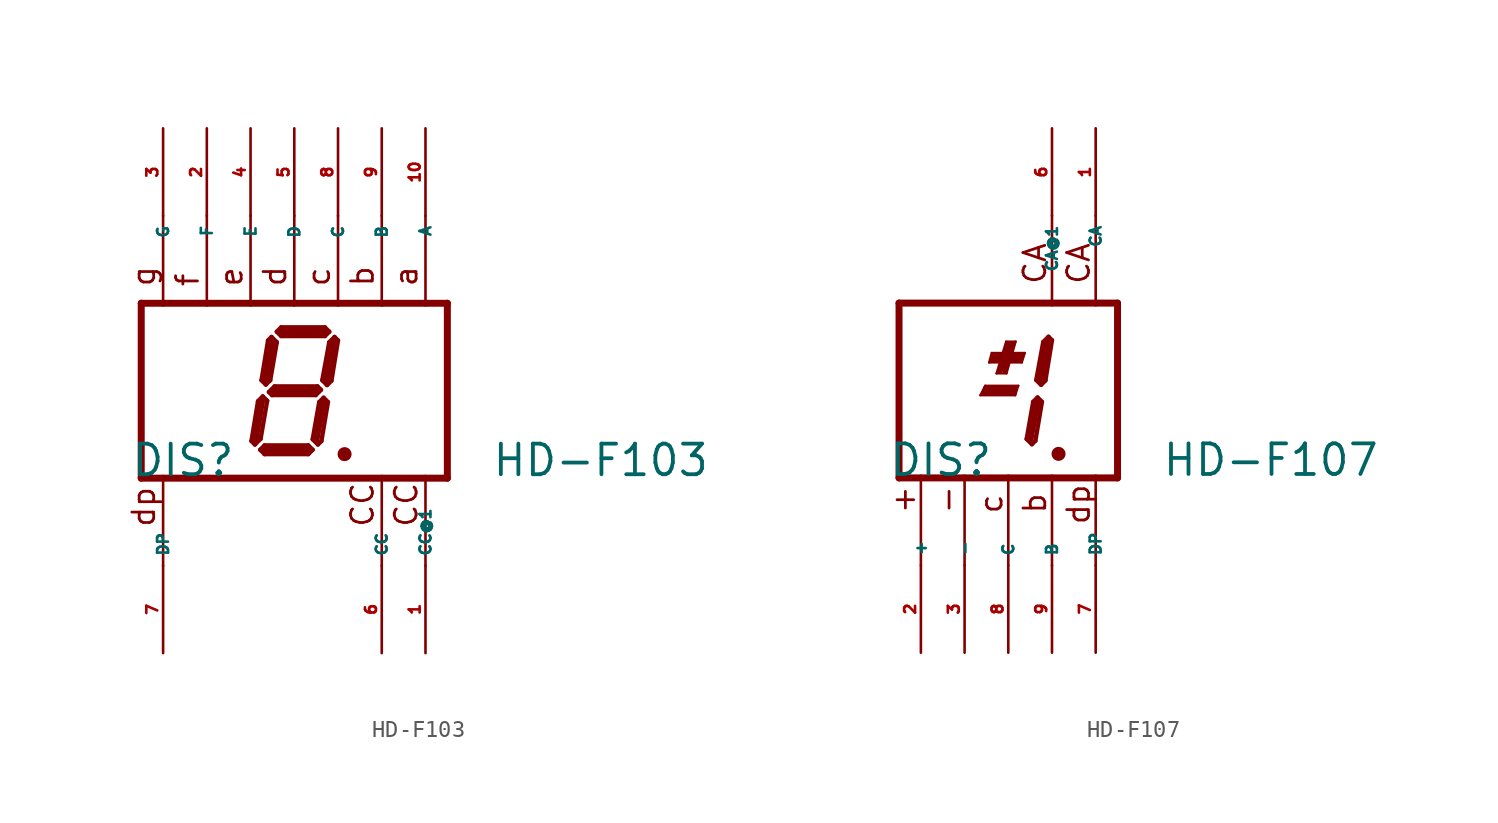
<source format=kicad_sym>
(kicad_symbol_lib
  (version 20220914)
  (generator Eagle2Kicad)
  (symbol "HD-F103"
    (property "Reference" "DIS"
      (at -9.525 -5.08 0)
      (effects (font (size 1.778 1.778) (thickness 0.22)) (justify left bottom)))
    (property "Value" "HD-F103"
      (at 11.43 -5.08 0)
      (effects (font (size 1.778 1.778) (thickness 0.22)) (justify left bottom)))
    (polyline
      (pts (xy 2.794 -3.683) (xy 3.048 -3.683))
      (stroke (width 0.305) (type default))
      (fill (type none)))
    (polyline
      (pts (xy 2.337 3.124) (xy 2.032 2.819))
      (stroke (width 0.254) (type default))
      (fill (type none)))
    (polyline
      (pts (xy 2.032 2.819) (xy 1.626 0.61))
      (stroke (width 0.254) (type default))
      (fill (type none)))
    (polyline
      (pts (xy 1.626 0.61) (xy 1.905 0.33))
      (stroke (width 0.254) (type default))
      (fill (type none)))
    (polyline
      (pts (xy 1.905 0.33) (xy 2.159 0.584))
      (stroke (width 0.254) (type default))
      (fill (type none)))
    (polyline
      (pts (xy 2.159 0.584) (xy 2.54 2.921))
      (stroke (width 0.254) (type default))
      (fill (type none)))
    (polyline
      (pts (xy 2.54 2.921) (xy 2.337 3.124))
      (stroke (width 0.254) (type default))
      (fill (type none)))
    (polyline
      (pts (xy 2.032 3.429) (xy 1.778 3.175))
      (stroke (width 0.254) (type default))
      (fill (type none)))
    (polyline
      (pts (xy 1.778 3.175) (xy -0.762 3.175))
      (stroke (width 0.254) (type default))
      (fill (type none)))
    (polyline
      (pts (xy -0.762 3.175) (xy -1.016 3.429))
      (stroke (width 0.254) (type default))
      (fill (type none)))
    (polyline
      (pts (xy -1.016 3.429) (xy -0.762 3.683))
      (stroke (width 0.254) (type default))
      (fill (type none)))
    (polyline
      (pts (xy -0.762 3.683) (xy 1.778 3.683))
      (stroke (width 0.254) (type default))
      (fill (type none)))
    (polyline
      (pts (xy 1.778 3.683) (xy 2.032 3.429))
      (stroke (width 0.254) (type default))
      (fill (type none)))
    (polyline
      (pts (xy -1.321 3.124) (xy -1.016 2.819))
      (stroke (width 0.254) (type default))
      (fill (type none)))
    (polyline
      (pts (xy -1.016 2.819) (xy -1.397 0.61))
      (stroke (width 0.254) (type default))
      (fill (type none)))
    (polyline
      (pts (xy -1.397 0.61) (xy -1.651 0.356))
      (stroke (width 0.254) (type default))
      (fill (type none)))
    (polyline
      (pts (xy -1.651 0.356) (xy -1.905 0.61))
      (stroke (width 0.254) (type default))
      (fill (type none)))
    (polyline
      (pts (xy -1.905 0.61) (xy -1.524 2.921))
      (stroke (width 0.254) (type default))
      (fill (type none)))
    (polyline
      (pts (xy -1.524 2.921) (xy -1.321 3.124))
      (stroke (width 0.254) (type default))
      (fill (type none)))
    (polyline
      (pts (xy -1.473 -0.076) (xy -1.143 0.254))
      (stroke (width 0.254) (type default))
      (fill (type none)))
    (polyline
      (pts (xy -1.143 0.254) (xy 1.346 0.254))
      (stroke (width 0.254) (type default))
      (fill (type none)))
    (polyline
      (pts (xy 1.346 0.254) (xy 1.549 0.051))
      (stroke (width 0.254) (type default))
      (fill (type none)))
    (polyline
      (pts (xy 1.549 0.051) (xy 1.245 -0.254))
      (stroke (width 0.254) (type default))
      (fill (type none)))
    (polyline
      (pts (xy 1.245 -0.254) (xy -1.295 -0.254))
      (stroke (width 0.254) (type default))
      (fill (type none)))
    (polyline
      (pts (xy -1.295 -0.254) (xy -1.473 -0.076))
      (stroke (width 0.254) (type default))
      (fill (type none)))
    (polyline
      (pts (xy -1.829 -0.33) (xy -1.575 -0.584))
      (stroke (width 0.254) (type default))
      (fill (type none)))
    (polyline
      (pts (xy -2.286 -3.124) (xy -1.956 -2.794))
      (stroke (width 0.254) (type default))
      (fill (type none)))
    (polyline
      (pts (xy -1.956 -2.794) (xy -1.575 -0.584))
      (stroke (width 0.254) (type default))
      (fill (type none)))
    (polyline
      (pts (xy -1.829 -0.33) (xy -2.108 -0.61))
      (stroke (width 0.254) (type default))
      (fill (type none)))
    (polyline
      (pts (xy -2.108 -0.61) (xy -2.489 -2.921))
      (stroke (width 0.254) (type default))
      (fill (type none)))
    (polyline
      (pts (xy -2.489 -2.921) (xy -2.286 -3.124))
      (stroke (width 0.254) (type default))
      (fill (type none)))
    (polyline
      (pts (xy -1.981 -3.429) (xy -1.727 -3.175))
      (stroke (width 0.254) (type default))
      (fill (type none)))
    (polyline
      (pts (xy -1.727 -3.175) (xy 0.813 -3.175))
      (stroke (width 0.254) (type default))
      (fill (type none)))
    (polyline
      (pts (xy 0.813 -3.175) (xy 1.067 -3.429))
      (stroke (width 0.254) (type default))
      (fill (type none)))
    (polyline
      (pts (xy 1.067 -3.429) (xy 0.813 -3.683))
      (stroke (width 0.254) (type default))
      (fill (type none)))
    (polyline
      (pts (xy 0.813 -3.683) (xy -1.727 -3.683))
      (stroke (width 0.254) (type default))
      (fill (type none)))
    (polyline
      (pts (xy -1.727 -3.683) (xy -1.981 -3.429))
      (stroke (width 0.254) (type default))
      (fill (type none)))
    (polyline
      (pts (xy 1.702 -0.406) (xy 1.448 -0.66))
      (stroke (width 0.254) (type default))
      (fill (type none)))
    (polyline
      (pts (xy 1.448 -0.66) (xy 1.067 -2.819))
      (stroke (width 0.254) (type default))
      (fill (type none)))
    (polyline
      (pts (xy 1.067 -2.819) (xy 1.372 -3.124))
      (stroke (width 0.254) (type default))
      (fill (type none)))
    (polyline
      (pts (xy 1.372 -3.124) (xy 1.575 -2.921))
      (stroke (width 0.254) (type default))
      (fill (type none)))
    (polyline
      (pts (xy 1.575 -2.921) (xy 1.956 -0.66))
      (stroke (width 0.254) (type default))
      (fill (type none)))
    (polyline
      (pts (xy 1.956 -0.66) (xy 1.702 -0.406))
      (stroke (width 0.254) (type default))
      (fill (type none)))
    (polyline
      (pts (xy 2.286 2.794) (xy 1.905 0.635))
      (stroke (width 0.406) (type default))
      (fill (type none)))
    (polyline
      (pts (xy 1.778 3.429) (xy -0.762 3.429))
      (stroke (width 0.406) (type default))
      (fill (type none)))
    (polyline
      (pts (xy -1.27 2.794) (xy -1.651 0.635))
      (stroke (width 0.406) (type default))
      (fill (type none)))
    (polyline
      (pts (xy -1.27 0) (xy 1.27 0))
      (stroke (width 0.406) (type default))
      (fill (type none)))
    (polyline
      (pts (xy 1.651 -0.762) (xy 1.27 -2.794))
      (stroke (width 0.406) (type default))
      (fill (type none)))
    (polyline
      (pts (xy 0.762 -3.429) (xy -1.651 -3.429))
      (stroke (width 0.406) (type default))
      (fill (type none)))
    (polyline
      (pts (xy -2.286 -2.921) (xy -1.905 -0.635))
      (stroke (width 0.406) (type default))
      (fill (type none)))
    (polyline
      (pts (xy -8.89 5.08) (xy 8.89 5.08))
      (stroke (width 0.406) (type default))
      (fill (type none)))
    (polyline
      (pts (xy 8.89 -5.08) (xy 8.89 5.08))
      (stroke (width 0.406) (type default))
      (fill (type none)))
    (polyline
      (pts (xy 8.89 -5.08) (xy -8.89 -5.08))
      (stroke (width 0.406) (type default))
      (fill (type none)))
    (polyline
      (pts (xy -8.89 5.08) (xy -8.89 -5.08))
      (stroke (width 0.406) (type default))
      (fill (type none)))
    (polyline
      (pts (xy 5.08 4.953) (xy 5.08 10.16))
      (stroke (width 0.152) (type default))
      (fill (type none)))
    (polyline
      (pts (xy -7.62 4.953) (xy -7.62 10.16))
      (stroke (width 0.152) (type default))
      (fill (type none)))
    (polyline
      (pts (xy 0 4.953) (xy 0 10.16))
      (stroke (width 0.152) (type default))
      (fill (type none)))
    (polyline
      (pts (xy -5.08 4.953) (xy -5.08 10.16))
      (stroke (width 0.152) (type default))
      (fill (type none)))
    (polyline
      (pts (xy 7.62 4.953) (xy 7.62 10.16))
      (stroke (width 0.152) (type default))
      (fill (type none)))
    (polyline
      (pts (xy 7.62 -10.16) (xy 7.62 -4.953))
      (stroke (width 0.152) (type default))
      (fill (type none)))
    (polyline
      (pts (xy -2.54 4.953) (xy -2.54 10.16))
      (stroke (width 0.152) (type default))
      (fill (type none)))
    (polyline
      (pts (xy 2.54 4.953) (xy 2.54 10.16))
      (stroke (width 0.152) (type default))
      (fill (type none)))
    (polyline
      (pts (xy -7.62 -10.16) (xy -7.62 -4.953))
      (stroke (width 0.152) (type default))
      (fill (type none)))
    (polyline
      (pts (xy 5.08 -10.16) (xy 5.08 -4.953))
      (stroke (width 0.152) (type default))
      (fill (type none)))
    (text "CC"
      (at 4.699 -8.001 900)
      (effects (font (size 1.27 1.27) (thickness 0.16)) (justify left bottom)))
    (text "CC"
      (at 7.239 -8.001 900)
      (effects (font (size 1.27 1.27) (thickness 0.16)) (justify left bottom)))
    (text "dp"
      (at -8.001 -8.001 900)
      (effects (font (size 1.27 1.27) (thickness 0.16)) (justify left bottom)))
    (text "a"
      (at 7.239 5.969 900)
      (effects (font (size 1.27 1.27) (thickness 0.16)) (justify left bottom)))
    (text "b"
      (at 4.699 5.969 900)
      (effects (font (size 1.27 1.27) (thickness 0.16)) (justify left bottom)))
    (text "c"
      (at 2.159 5.969 900)
      (effects (font (size 1.27 1.27) (thickness 0.16)) (justify left bottom)))
    (text "d"
      (at -0.381 5.969 900)
      (effects (font (size 1.27 1.27) (thickness 0.16)) (justify left bottom)))
    (text "e"
      (at -2.921 5.969 900)
      (effects (font (size 1.27 1.27) (thickness 0.16)) (justify left bottom)))
    (text "f"
      (at -5.461 5.969 900)
      (effects (font (size 1.27 1.27) (thickness 0.16)) (justify left bottom)))
    (text "g"
      (at -8.001 5.969 900)
      (effects (font (size 1.27 1.27) (thickness 0.16)) (justify left bottom)))
    (circle
      (center 2.921 -3.683)
      (radius 0.254)
      (stroke (width 0.305) (type default))
      (fill (type none)))
    (pin passive line
      (at -7.62 15.24 270)
      (length 5.08)
      (name "G" (effects (font (size 0.635 0.635) (thickness 0.08)) (justify left bottom)))
      (number "3" (effects (font (size 0.635 0.635) (thickness 0.08)) (justify left bottom))))
    (pin passive line
      (at -5.08 15.24 270)
      (length 5.08)
      (name "F" (effects (font (size 0.635 0.635) (thickness 0.08)) (justify left bottom)))
      (number "2" (effects (font (size 0.635 0.635) (thickness 0.08)) (justify left bottom))))
    (pin passive line
      (at 0 15.24 270)
      (length 5.08)
      (name "D" (effects (font (size 0.635 0.635) (thickness 0.08)) (justify left bottom)))
      (number "5" (effects (font (size 0.635 0.635) (thickness 0.08)) (justify left bottom))))
    (pin passive line
      (at 5.08 15.24 270)
      (length 5.08)
      (name "B" (effects (font (size 0.635 0.635) (thickness 0.08)) (justify left bottom)))
      (number "9" (effects (font (size 0.635 0.635) (thickness 0.08)) (justify left bottom))))
    (pin passive line
      (at 7.62 15.24 270)
      (length 5.08)
      (name "A" (effects (font (size 0.635 0.635) (thickness 0.08)) (justify left bottom)))
      (number "10" (effects (font (size 0.635 0.635) (thickness 0.08)) (justify left bottom))))
    (pin passive line
      (at 7.62 -15.24 90)
      (length 5.08)
      (name "CC@1" (effects (font (size 0.635 0.635) (thickness 0.08)) (justify left bottom)))
      (number "1" (effects (font (size 0.635 0.635) (thickness 0.08)) (justify left bottom))))
    (pin passive line
      (at 2.54 15.24 270)
      (length 5.08)
      (name "C" (effects (font (size 0.635 0.635) (thickness 0.08)) (justify left bottom)))
      (number "8" (effects (font (size 0.635 0.635) (thickness 0.08)) (justify left bottom))))
    (pin passive line
      (at -2.54 15.24 270)
      (length 5.08)
      (name "E" (effects (font (size 0.635 0.635) (thickness 0.08)) (justify left bottom)))
      (number "4" (effects (font (size 0.635 0.635) (thickness 0.08)) (justify left bottom))))
    (pin passive line
      (at -7.62 -15.24 90)
      (length 5.08)
      (name "DP" (effects (font (size 0.635 0.635) (thickness 0.08)) (justify left bottom)))
      (number "7" (effects (font (size 0.635 0.635) (thickness 0.08)) (justify left bottom))))
    (pin passive line
      (at 5.08 -15.24 90)
      (length 5.08)
      (name "CC" (effects (font (size 0.635 0.635) (thickness 0.08)) (justify left bottom)))
      (number "6" (effects (font (size 0.635 0.635) (thickness 0.08)) (justify left bottom)))))
  (symbol "HD-F107"
    (property "Reference" "DIS"
      (at -6.985 -5.08 0)
      (effects (font (size 1.778 1.778) (thickness 0.22)) (justify left bottom)))
    (property "Value" "HD-F107"
      (at 8.89 -5.08 0)
      (effects (font (size 1.778 1.778) (thickness 0.22)) (justify left bottom)))
    (polyline
      (pts (xy 0.584 0.279) (xy 0.406 -0.279))
      (stroke (width 0.127) (type default))
      (fill (type none)))
    (polyline
      (pts (xy 0.584 0.279) (xy -1.346 0.279))
      (stroke (width 0.127) (type default))
      (fill (type none)))
    (polyline
      (pts (xy -1.346 0.279) (xy -1.626 -0.279))
      (stroke (width 0.127) (type default))
      (fill (type none)))
    (polyline
      (pts (xy -1.626 -0.279) (xy 0.406 -0.279))
      (stroke (width 0.127) (type default))
      (fill (type none)))
    (polyline
      (pts (xy 0.965 2.184) (xy 0.787 1.626))
      (stroke (width 0.127) (type default))
      (fill (type none)))
    (polyline
      (pts (xy 0.965 2.184) (xy -0.965 2.184))
      (stroke (width 0.127) (type default))
      (fill (type none)))
    (polyline
      (pts (xy -0.965 2.184) (xy -1.118 1.626))
      (stroke (width 0.127) (type default))
      (fill (type none)))
    (polyline
      (pts (xy -1.118 1.626) (xy 0.787 1.626))
      (stroke (width 0.127) (type default))
      (fill (type none)))
    (polyline
      (pts (xy -0.102 0.991) (xy -0.686 0.991))
      (stroke (width 0.127) (type default))
      (fill (type none)))
    (polyline
      (pts (xy -0.102 0.991) (xy 0.432 2.845))
      (stroke (width 0.127) (type default))
      (fill (type none)))
    (polyline
      (pts (xy 0.432 2.845) (xy -0.127 2.845))
      (stroke (width 0.127) (type default))
      (fill (type none)))
    (polyline
      (pts (xy -0.127 2.845) (xy -0.686 0.991))
      (stroke (width 0.127) (type default))
      (fill (type none)))
    (polyline
      (pts (xy -1.321 0.127) (xy 0.406 0.127))
      (stroke (width 0.305) (type default))
      (fill (type none)))
    (polyline
      (pts (xy -0.889 2.032) (xy 0.787 2.032))
      (stroke (width 0.305) (type default))
      (fill (type none)))
    (polyline
      (pts (xy -0.203 1.143) (xy 0.254 2.718))
      (stroke (width 0.305) (type default))
      (fill (type none)))
    (polyline
      (pts (xy 2.794 -3.683) (xy 3.048 -3.683))
      (stroke (width 0.305) (type default))
      (fill (type none)))
    (polyline
      (pts (xy 2.337 3.124) (xy 2.032 2.819))
      (stroke (width 0.254) (type default))
      (fill (type none)))
    (polyline
      (pts (xy 2.032 2.819) (xy 1.626 0.61))
      (stroke (width 0.254) (type default))
      (fill (type none)))
    (polyline
      (pts (xy 1.626 0.61) (xy 1.905 0.33))
      (stroke (width 0.254) (type default))
      (fill (type none)))
    (polyline
      (pts (xy 1.905 0.33) (xy 2.159 0.584))
      (stroke (width 0.254) (type default))
      (fill (type none)))
    (polyline
      (pts (xy 2.159 0.584) (xy 2.54 2.921))
      (stroke (width 0.254) (type default))
      (fill (type none)))
    (polyline
      (pts (xy 2.54 2.921) (xy 2.337 3.124))
      (stroke (width 0.254) (type default))
      (fill (type none)))
    (polyline
      (pts (xy 1.702 -0.406) (xy 1.448 -0.66))
      (stroke (width 0.254) (type default))
      (fill (type none)))
    (polyline
      (pts (xy 1.448 -0.66) (xy 1.067 -2.819))
      (stroke (width 0.254) (type default))
      (fill (type none)))
    (polyline
      (pts (xy 1.067 -2.819) (xy 1.372 -3.124))
      (stroke (width 0.254) (type default))
      (fill (type none)))
    (polyline
      (pts (xy 1.372 -3.124) (xy 1.575 -2.921))
      (stroke (width 0.254) (type default))
      (fill (type none)))
    (polyline
      (pts (xy 1.575 -2.921) (xy 1.956 -0.66))
      (stroke (width 0.254) (type default))
      (fill (type none)))
    (polyline
      (pts (xy 1.956 -0.66) (xy 1.702 -0.406))
      (stroke (width 0.254) (type default))
      (fill (type none)))
    (polyline
      (pts (xy 2.286 2.794) (xy 1.905 0.635))
      (stroke (width 0.406) (type default))
      (fill (type none)))
    (polyline
      (pts (xy 1.651 -0.762) (xy 1.27 -2.794))
      (stroke (width 0.406) (type default))
      (fill (type none)))
    (polyline
      (pts (xy -6.35 5.08) (xy 6.35 5.08))
      (stroke (width 0.406) (type default))
      (fill (type none)))
    (polyline
      (pts (xy 6.35 -5.08) (xy 6.35 5.08))
      (stroke (width 0.406) (type default))
      (fill (type none)))
    (polyline
      (pts (xy 6.35 -5.08) (xy -6.35 -5.08))
      (stroke (width 0.406) (type default))
      (fill (type none)))
    (polyline
      (pts (xy -6.35 5.08) (xy -6.35 -5.08))
      (stroke (width 0.406) (type default))
      (fill (type none)))
    (polyline
      (pts (xy 5.08 -4.953) (xy 5.08 -10.16))
      (stroke (width 0.152) (type default))
      (fill (type none)))
    (polyline
      (pts (xy 2.54 -4.953) (xy 2.54 -10.16))
      (stroke (width 0.152) (type default))
      (fill (type none)))
    (polyline
      (pts (xy -2.54 -4.953) (xy -2.54 -10.16))
      (stroke (width 0.152) (type default))
      (fill (type none)))
    (polyline
      (pts (xy -5.08 -4.953) (xy -5.08 -10.16))
      (stroke (width 0.152) (type default))
      (fill (type none)))
    (polyline
      (pts (xy 5.08 10.16) (xy 5.08 4.953))
      (stroke (width 0.152) (type default))
      (fill (type none)))
    (polyline
      (pts (xy 0 -4.953) (xy 0 -10.16))
      (stroke (width 0.152) (type default))
      (fill (type none)))
    (polyline
      (pts (xy 2.54 10.16) (xy 2.54 4.953))
      (stroke (width 0.152) (type default))
      (fill (type none)))
    (polyline
      (pts (xy -0.965 1.778) (xy 0.711 1.778))
      (stroke (width 0.305) (type default))
      (fill (type none)))
    (polyline
      (pts (xy -0.483 1.118) (xy 0 2.718))
      (stroke (width 0.305) (type default))
      (fill (type none)))
    (polyline
      (pts (xy -1.422 -0.127) (xy 0.356 -0.127))
      (stroke (width 0.305) (type default))
      (fill (type none)))
    (text "CA"
      (at 4.826 6.096 900)
      (effects (font (size 1.27 1.27) (thickness 0.16)) (justify left bottom)))
    (text "CA"
      (at 2.286 6.096 900)
      (effects (font (size 1.27 1.27) (thickness 0.16)) (justify left bottom)))
    (text "+"
      (at -5.334 -7.239 900)
      (effects (font (size 1.27 1.27) (thickness 0.16)) (justify left bottom)))
    (text "-"
      (at -2.794 -7.239 900)
      (effects (font (size 1.27 1.27) (thickness 0.16)) (justify left bottom)))
    (text "c"
      (at -0.254 -7.239 900)
      (effects (font (size 1.27 1.27) (thickness 0.16)) (justify left bottom)))
    (text "b"
      (at 2.286 -7.239 900)
      (effects (font (size 1.27 1.27) (thickness 0.16)) (justify left bottom)))
    (text "dp"
      (at 4.826 -7.874 900)
      (effects (font (size 1.27 1.27) (thickness 0.16)) (justify left bottom)))
    (circle
      (center 2.921 -3.683)
      (radius 0.254)
      (stroke (width 0.305) (type default))
      (fill (type none)))
    (pin passive line
      (at 2.54 -15.24 90)
      (length 5.08)
      (name "B" (effects (font (size 0.635 0.635) (thickness 0.08)) (justify left bottom)))
      (number "9" (effects (font (size 0.635 0.635) (thickness 0.08)) (justify left bottom))))
    (pin passive line
      (at -2.54 -15.24 90)
      (length 5.08)
      (name "-" (effects (font (size 0.635 0.635) (thickness 0.08)) (justify left bottom)))
      (number "3" (effects (font (size 0.635 0.635) (thickness 0.08)) (justify left bottom))))
    (pin passive line
      (at -5.08 -15.24 90)
      (length 5.08)
      (name "+" (effects (font (size 0.635 0.635) (thickness 0.08)) (justify left bottom)))
      (number "2" (effects (font (size 0.635 0.635) (thickness 0.08)) (justify left bottom))))
    (pin passive line
      (at 5.08 15.24 270)
      (length 5.08)
      (name "CA" (effects (font (size 0.635 0.635) (thickness 0.08)) (justify left bottom)))
      (number "1" (effects (font (size 0.635 0.635) (thickness 0.08)) (justify left bottom))))
    (pin passive line
      (at 0 -15.24 90)
      (length 5.08)
      (name "C" (effects (font (size 0.635 0.635) (thickness 0.08)) (justify left bottom)))
      (number "8" (effects (font (size 0.635 0.635) (thickness 0.08)) (justify left bottom))))
    (pin passive line
      (at 5.08 -15.24 90)
      (length 5.08)
      (name "DP" (effects (font (size 0.635 0.635) (thickness 0.08)) (justify left bottom)))
      (number "7" (effects (font (size 0.635 0.635) (thickness 0.08)) (justify left bottom))))
    (pin passive line
      (at 2.54 15.24 270)
      (length 5.08)
      (name "CA@1" (effects (font (size 0.635 0.635) (thickness 0.08)) (justify left bottom)))
      (number "6" (effects (font (size 0.635 0.635) (thickness 0.08)) (justify left bottom))))))
</source>
